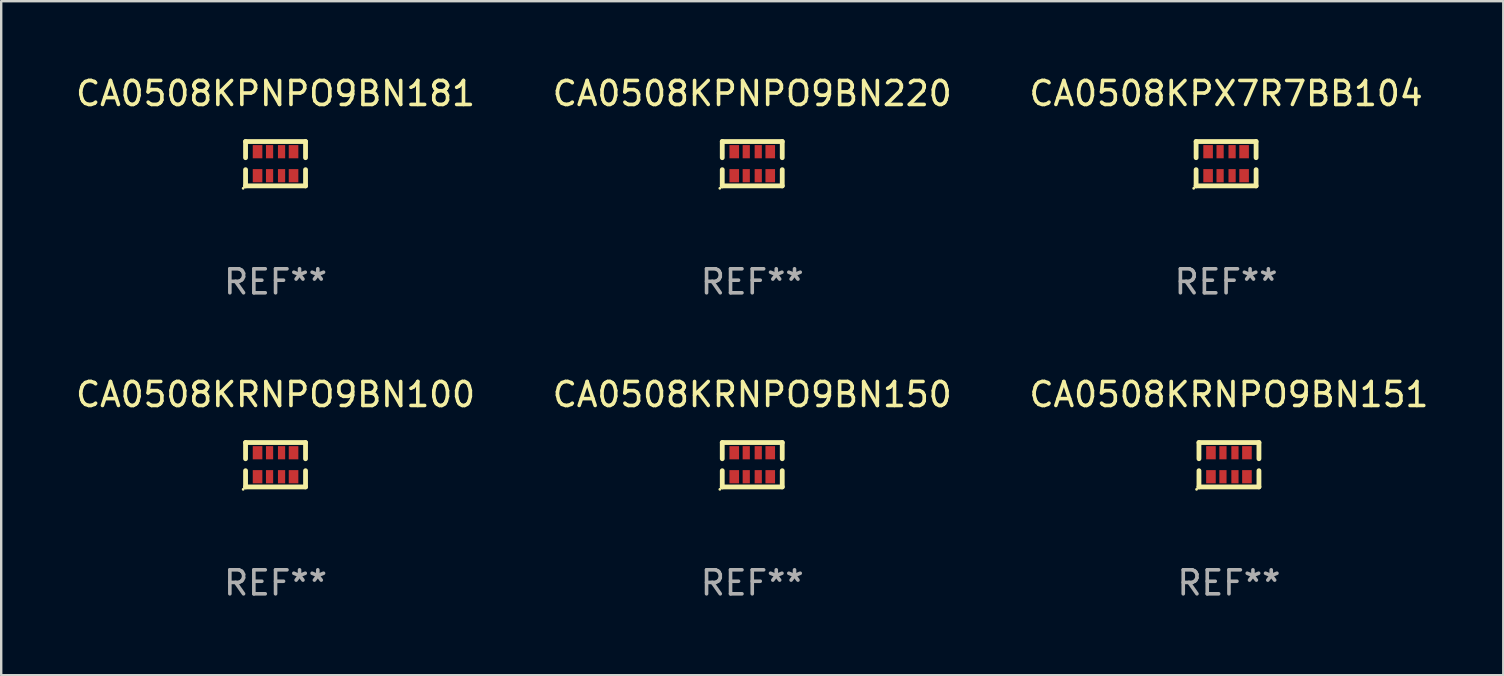
<source format=kicad_pcb>
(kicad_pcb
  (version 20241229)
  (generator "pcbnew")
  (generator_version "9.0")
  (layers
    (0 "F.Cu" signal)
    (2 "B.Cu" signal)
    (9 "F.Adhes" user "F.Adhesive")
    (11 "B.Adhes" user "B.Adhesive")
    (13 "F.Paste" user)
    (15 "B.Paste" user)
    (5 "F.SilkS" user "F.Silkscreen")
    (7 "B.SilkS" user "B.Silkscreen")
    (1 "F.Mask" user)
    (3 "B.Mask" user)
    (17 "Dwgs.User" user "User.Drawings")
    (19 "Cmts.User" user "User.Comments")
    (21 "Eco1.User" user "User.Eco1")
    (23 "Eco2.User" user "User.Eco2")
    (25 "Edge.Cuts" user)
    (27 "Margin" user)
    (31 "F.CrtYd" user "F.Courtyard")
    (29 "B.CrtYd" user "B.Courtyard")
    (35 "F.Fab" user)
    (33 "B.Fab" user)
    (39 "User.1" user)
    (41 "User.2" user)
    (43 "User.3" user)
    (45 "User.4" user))
  (footprint "CA0508KRNPO9BN150"
    (layer "F.Cu")
    (at 28.304 16.32)
    (property "Reference" "CA0508KRNPO9BN150" (at 0 -2.925 0) (layer "F.SilkS") (effects (font (size 1 1) (thickness 0.15))))
    (attr through_hole)
    (fp_line (start -1.25 -0.925) (end -1.25 -0.25) (stroke (width 0.2) (type solid)) (layer "F.SilkS"))
    (fp_line (start -1.25 0.925) (end -1.25 0.25) (stroke (width 0.2) (type solid)) (layer "F.SilkS"))
    (fp_line (start 1.25 -0.925) (end -1.25 -0.925) (stroke (width 0.2) (type solid)) (layer "F.SilkS"))
    (fp_line (start 1.25 -0.25) (end 1.25 -0.925) (stroke (width 0.2) (type solid)) (layer "F.SilkS"))
    (fp_line (start 1.25 0.25) (end 1.25 0.925) (stroke (width 0.2) (type solid)) (layer "F.SilkS"))
    (fp_line (start 1.25 0.925) (end -1.25 0.925) (stroke (width 0.2) (type solid)) (layer "F.SilkS"))
    (fp_circle (center -1.35 1.025) (end -1.32 1.025) (stroke (width 0.06) (type solid)) (fill no) (layer "F.SilkS"))
    (fp_text user "REF**" (at 0 4.925 0) (layer "F.Fab") (effects (font (size 1 1) (thickness 0.15))))
    (pad "1" smd rect (at -0.75 0.5 90) (size 0.55 0.4) (layers "F.Cu" "F.Mask" "F.Paste"))
    (pad "2" smd rect (at -0.25 0.5 90) (size 0.55 0.3) (layers "F.Cu" "F.Mask" "F.Paste"))
    (pad "3" smd rect (at 0.25 0.5 90) (size 0.55 0.3) (layers "F.Cu" "F.Mask" "F.Paste"))
    (pad "4" smd rect (at 0.75 0.5 90) (size 0.55 0.4) (layers "F.Cu" "F.Mask" "F.Paste"))
    (pad "5" smd rect (at 0.75 -0.5 90) (size 0.55 0.4) (layers "F.Cu" "F.Mask" "F.Paste"))
    (pad "6" smd rect (at 0.25 -0.5 90) (size 0.55 0.3) (layers "F.Cu" "F.Mask" "F.Paste"))
    (pad "7" smd rect (at -0.25 -0.5 90) (size 0.55 0.3) (layers "F.Cu" "F.Mask" "F.Paste"))
    (pad "8" smd rect (at -0.75 -0.5 90) (size 0.55 0.4) (layers "F.Cu" "F.Mask" "F.Paste")))
  (footprint "CA0508KPX7R7BB104"
    (layer "F.Cu")
    (at 48.054 3.773)
    (property "Reference" "CA0508KPX7R7BB104" (at 0 -2.925 0) (layer "F.SilkS") (effects (font (size 1 1) (thickness 0.15))))
    (attr through_hole)
    (fp_line (start -1.25 -0.925) (end -1.25 -0.25) (stroke (width 0.2) (type solid)) (layer "F.SilkS"))
    (fp_line (start -1.25 0.925) (end -1.25 0.25) (stroke (width 0.2) (type solid)) (layer "F.SilkS"))
    (fp_line (start 1.25 -0.925) (end -1.25 -0.925) (stroke (width 0.2) (type solid)) (layer "F.SilkS"))
    (fp_line (start 1.25 -0.25) (end 1.25 -0.925) (stroke (width 0.2) (type solid)) (layer "F.SilkS"))
    (fp_line (start 1.25 0.25) (end 1.25 0.925) (stroke (width 0.2) (type solid)) (layer "F.SilkS"))
    (fp_line (start 1.25 0.925) (end -1.25 0.925) (stroke (width 0.2) (type solid)) (layer "F.SilkS"))
    (fp_circle (center -1.35 1.025) (end -1.32 1.025) (stroke (width 0.06) (type solid)) (fill no) (layer "F.SilkS"))
    (fp_text user "REF**" (at 0 4.925 0) (layer "F.Fab") (effects (font (size 1 1) (thickness 0.15))))
    (pad "1" smd rect (at -0.75 0.5 90) (size 0.55 0.4) (layers "F.Cu" "F.Mask" "F.Paste"))
    (pad "2" smd rect (at -0.25 0.5 90) (size 0.55 0.3) (layers "F.Cu" "F.Mask" "F.Paste"))
    (pad "3" smd rect (at 0.25 0.5 90) (size 0.55 0.3) (layers "F.Cu" "F.Mask" "F.Paste"))
    (pad "4" smd rect (at 0.75 0.5 90) (size 0.55 0.4) (layers "F.Cu" "F.Mask" "F.Paste"))
    (pad "5" smd rect (at 0.75 -0.5 90) (size 0.55 0.4) (layers "F.Cu" "F.Mask" "F.Paste"))
    (pad "6" smd rect (at 0.25 -0.5 90) (size 0.55 0.3) (layers "F.Cu" "F.Mask" "F.Paste"))
    (pad "7" smd rect (at -0.25 -0.5 90) (size 0.55 0.3) (layers "F.Cu" "F.Mask" "F.Paste"))
    (pad "8" smd rect (at -0.75 -0.5 90) (size 0.55 0.4) (layers "F.Cu" "F.Mask" "F.Paste")))
  (footprint "CA0508KPNPO9BN220"
    (layer "F.Cu")
    (at 28.304 3.773)
    (property "Reference" "CA0508KPNPO9BN220" (at 0 -2.925 0) (layer "F.SilkS") (effects (font (size 1 1) (thickness 0.15))))
    (attr through_hole)
    (fp_line (start -1.25 -0.925) (end -1.25 -0.25) (stroke (width 0.2) (type solid)) (layer "F.SilkS"))
    (fp_line (start -1.25 0.925) (end -1.25 0.25) (stroke (width 0.2) (type solid)) (layer "F.SilkS"))
    (fp_line (start 1.25 -0.925) (end -1.25 -0.925) (stroke (width 0.2) (type solid)) (layer "F.SilkS"))
    (fp_line (start 1.25 -0.25) (end 1.25 -0.925) (stroke (width 0.2) (type solid)) (layer "F.SilkS"))
    (fp_line (start 1.25 0.25) (end 1.25 0.925) (stroke (width 0.2) (type solid)) (layer "F.SilkS"))
    (fp_line (start 1.25 0.925) (end -1.25 0.925) (stroke (width 0.2) (type solid)) (layer "F.SilkS"))
    (fp_circle (center -1.35 1.025) (end -1.32 1.025) (stroke (width 0.06) (type solid)) (fill no) (layer "F.SilkS"))
    (fp_text user "REF**" (at 0 4.925 0) (layer "F.Fab") (effects (font (size 1 1) (thickness 0.15))))
    (pad "1" smd rect (at -0.75 0.5 90) (size 0.55 0.4) (layers "F.Cu" "F.Mask" "F.Paste"))
    (pad "2" smd rect (at -0.25 0.5 90) (size 0.55 0.3) (layers "F.Cu" "F.Mask" "F.Paste"))
    (pad "3" smd rect (at 0.25 0.5 90) (size 0.55 0.3) (layers "F.Cu" "F.Mask" "F.Paste"))
    (pad "4" smd rect (at 0.75 0.5 90) (size 0.55 0.4) (layers "F.Cu" "F.Mask" "F.Paste"))
    (pad "5" smd rect (at 0.75 -0.5 90) (size 0.55 0.4) (layers "F.Cu" "F.Mask" "F.Paste"))
    (pad "6" smd rect (at 0.25 -0.5 90) (size 0.55 0.3) (layers "F.Cu" "F.Mask" "F.Paste"))
    (pad "7" smd rect (at -0.25 -0.5 90) (size 0.55 0.3) (layers "F.Cu" "F.Mask" "F.Paste"))
    (pad "8" smd rect (at -0.75 -0.5 90) (size 0.55 0.4) (layers "F.Cu" "F.Mask" "F.Paste")))
  (footprint "CA0508KRNPO9BN100"
    (layer "F.Cu")
    (at 8.435 16.32)
    (property "Reference" "CA0508KRNPO9BN100" (at 0 -2.925 0) (layer "F.SilkS") (effects (font (size 1 1) (thickness 0.15))))
    (attr through_hole)
    (fp_line (start -1.25 -0.925) (end -1.25 -0.25) (stroke (width 0.2) (type solid)) (layer "F.SilkS"))
    (fp_line (start -1.25 0.925) (end -1.25 0.25) (stroke (width 0.2) (type solid)) (layer "F.SilkS"))
    (fp_line (start 1.25 -0.925) (end -1.25 -0.925) (stroke (width 0.2) (type solid)) (layer "F.SilkS"))
    (fp_line (start 1.25 -0.25) (end 1.25 -0.925) (stroke (width 0.2) (type solid)) (layer "F.SilkS"))
    (fp_line (start 1.25 0.25) (end 1.25 0.925) (stroke (width 0.2) (type solid)) (layer "F.SilkS"))
    (fp_line (start 1.25 0.925) (end -1.25 0.925) (stroke (width 0.2) (type solid)) (layer "F.SilkS"))
    (fp_circle (center -1.35 1.025) (end -1.32 1.025) (stroke (width 0.06) (type solid)) (fill no) (layer "F.SilkS"))
    (fp_text user "REF**" (at 0 4.925 0) (layer "F.Fab") (effects (font (size 1 1) (thickness 0.15))))
    (pad "1" smd rect (at -0.75 0.5 90) (size 0.55 0.4) (layers "F.Cu" "F.Mask" "F.Paste"))
    (pad "2" smd rect (at -0.25 0.5 90) (size 0.55 0.3) (layers "F.Cu" "F.Mask" "F.Paste"))
    (pad "3" smd rect (at 0.25 0.5 90) (size 0.55 0.3) (layers "F.Cu" "F.Mask" "F.Paste"))
    (pad "4" smd rect (at 0.75 0.5 90) (size 0.55 0.4) (layers "F.Cu" "F.Mask" "F.Paste"))
    (pad "5" smd rect (at 0.75 -0.5 90) (size 0.55 0.4) (layers "F.Cu" "F.Mask" "F.Paste"))
    (pad "6" smd rect (at 0.25 -0.5 90) (size 0.55 0.3) (layers "F.Cu" "F.Mask" "F.Paste"))
    (pad "7" smd rect (at -0.25 -0.5 90) (size 0.55 0.3) (layers "F.Cu" "F.Mask" "F.Paste"))
    (pad "8" smd rect (at -0.75 -0.5 90) (size 0.55 0.4) (layers "F.Cu" "F.Mask" "F.Paste")))
  (footprint "CA0508KRNPO9BN151"
    (layer "F.Cu")
    (at 48.173 16.32)
    (property "Reference" "CA0508KRNPO9BN151" (at 0 -2.925 0) (layer "F.SilkS") (effects (font (size 1 1) (thickness 0.15))))
    (attr through_hole)
    (fp_line (start -1.25 -0.925) (end -1.25 -0.25) (stroke (width 0.2) (type solid)) (layer "F.SilkS"))
    (fp_line (start -1.25 0.925) (end -1.25 0.25) (stroke (width 0.2) (type solid)) (layer "F.SilkS"))
    (fp_line (start 1.25 -0.925) (end -1.25 -0.925) (stroke (width 0.2) (type solid)) (layer "F.SilkS"))
    (fp_line (start 1.25 -0.25) (end 1.25 -0.925) (stroke (width 0.2) (type solid)) (layer "F.SilkS"))
    (fp_line (start 1.25 0.25) (end 1.25 0.925) (stroke (width 0.2) (type solid)) (layer "F.SilkS"))
    (fp_line (start 1.25 0.925) (end -1.25 0.925) (stroke (width 0.2) (type solid)) (layer "F.SilkS"))
    (fp_circle (center -1.35 1.025) (end -1.32 1.025) (stroke (width 0.06) (type solid)) (fill no) (layer "F.SilkS"))
    (fp_text user "REF**" (at 0 4.925 0) (layer "F.Fab") (effects (font (size 1 1) (thickness 0.15))))
    (pad "1" smd rect (at -0.75 0.5 90) (size 0.55 0.4) (layers "F.Cu" "F.Mask" "F.Paste"))
    (pad "2" smd rect (at -0.25 0.5 90) (size 0.55 0.3) (layers "F.Cu" "F.Mask" "F.Paste"))
    (pad "3" smd rect (at 0.25 0.5 90) (size 0.55 0.3) (layers "F.Cu" "F.Mask" "F.Paste"))
    (pad "4" smd rect (at 0.75 0.5 90) (size 0.55 0.4) (layers "F.Cu" "F.Mask" "F.Paste"))
    (pad "5" smd rect (at 0.75 -0.5 90) (size 0.55 0.4) (layers "F.Cu" "F.Mask" "F.Paste"))
    (pad "6" smd rect (at 0.25 -0.5 90) (size 0.55 0.3) (layers "F.Cu" "F.Mask" "F.Paste"))
    (pad "7" smd rect (at -0.25 -0.5 90) (size 0.55 0.3) (layers "F.Cu" "F.Mask" "F.Paste"))
    (pad "8" smd rect (at -0.75 -0.5 90) (size 0.55 0.4) (layers "F.Cu" "F.Mask" "F.Paste")))
  (footprint "CA0508KPNPO9BN181"
    (layer "F.Cu")
    (at 8.435 3.773)
    (property "Reference" "CA0508KPNPO9BN181" (at 0 -2.925 0) (layer "F.SilkS") (effects (font (size 1 1) (thickness 0.15))))
    (attr through_hole)
    (fp_line (start -1.25 -0.925) (end -1.25 -0.25) (stroke (width 0.2) (type solid)) (layer "F.SilkS"))
    (fp_line (start -1.25 0.925) (end -1.25 0.25) (stroke (width 0.2) (type solid)) (layer "F.SilkS"))
    (fp_line (start 1.25 -0.925) (end -1.25 -0.925) (stroke (width 0.2) (type solid)) (layer "F.SilkS"))
    (fp_line (start 1.25 -0.25) (end 1.25 -0.925) (stroke (width 0.2) (type solid)) (layer "F.SilkS"))
    (fp_line (start 1.25 0.25) (end 1.25 0.925) (stroke (width 0.2) (type solid)) (layer "F.SilkS"))
    (fp_line (start 1.25 0.925) (end -1.25 0.925) (stroke (width 0.2) (type solid)) (layer "F.SilkS"))
    (fp_circle (center -1.35 1.025) (end -1.32 1.025) (stroke (width 0.06) (type solid)) (fill no) (layer "F.SilkS"))
    (fp_text user "REF**" (at 0 4.925 0) (layer "F.Fab") (effects (font (size 1 1) (thickness 0.15))))
    (pad "1" smd rect (at -0.75 0.5 90) (size 0.55 0.4) (layers "F.Cu" "F.Mask" "F.Paste"))
    (pad "2" smd rect (at -0.25 0.5 90) (size 0.55 0.3) (layers "F.Cu" "F.Mask" "F.Paste"))
    (pad "3" smd rect (at 0.25 0.5 90) (size 0.55 0.3) (layers "F.Cu" "F.Mask" "F.Paste"))
    (pad "4" smd rect (at 0.75 0.5 90) (size 0.55 0.4) (layers "F.Cu" "F.Mask" "F.Paste"))
    (pad "5" smd rect (at 0.75 -0.5 90) (size 0.55 0.4) (layers "F.Cu" "F.Mask" "F.Paste"))
    (pad "6" smd rect (at 0.25 -0.5 90) (size 0.55 0.3) (layers "F.Cu" "F.Mask" "F.Paste"))
    (pad "7" smd rect (at -0.25 -0.5 90) (size 0.55 0.3) (layers "F.Cu" "F.Mask" "F.Paste"))
    (pad "8" smd rect (at -0.75 -0.5 90) (size 0.55 0.4) (layers "F.Cu" "F.Mask" "F.Paste")))
  (gr_rect
    (start -3 -3)
    (end 59.607 25.093)
    (stroke (width 0.1) (type default))
    (fill no)
    (layer "Edge.Cuts")))
</source>
